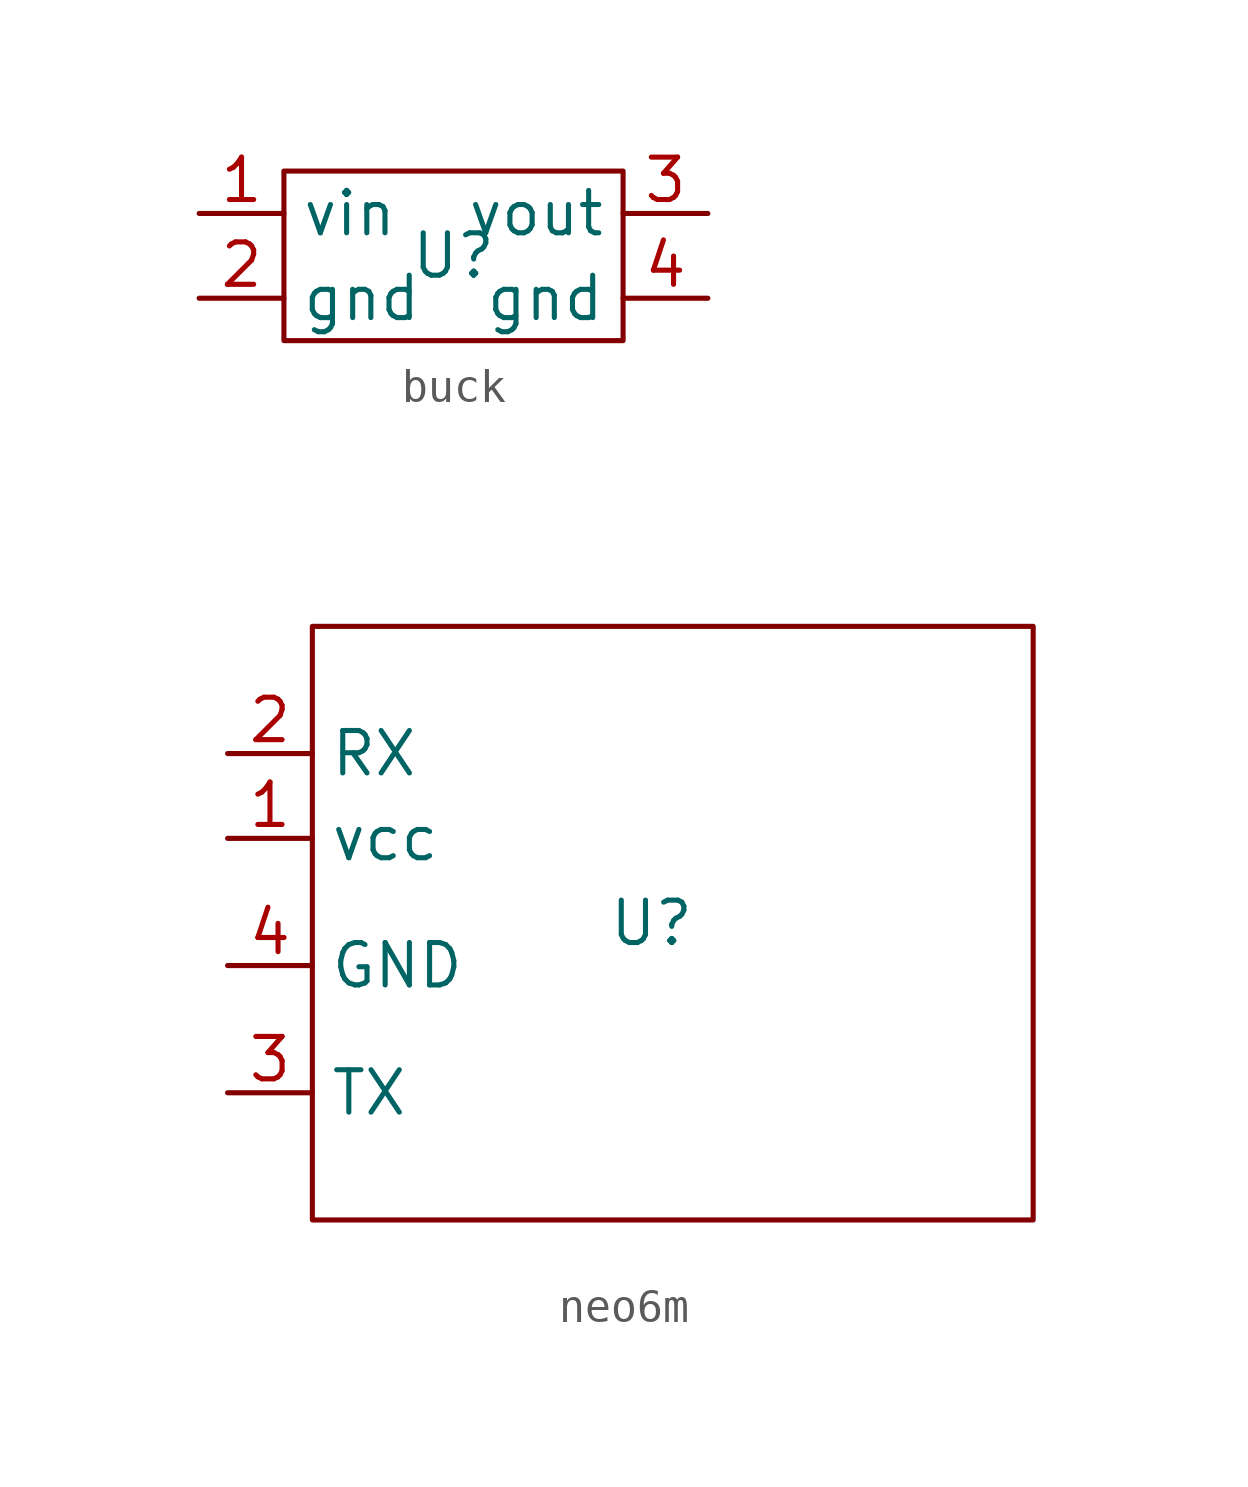
<source format=kicad_sym>
(kicad_symbol_lib
  (version 20231120)
  (generator "kicad_symbol_editor")
  (generator_version "8.0")
  (symbol "buck"
    (property "Reference" "U"
      (at 0 0 0)
      (effects (font (size 1.27 1.27))))
    (property "Value" ""
      (at 0 0 0)
      (effects (font (size 1.27 1.27))))
    (symbol "buck_0_1"
      (rectangle (start -5.08 2.54) (end 5.08 -2.54) (stroke (width 0) (type default)) (fill (type none))))
    (symbol "buck_1_1"
      (pin input line (at -7.62 1.27 0) (length 2.54) (name "vin" (effects (font (size 1.27 1.27)))) (number "1" (effects (font (size 1.27 1.27)))))
      (pin input line (at -7.62 -1.27 0) (length 2.54) (name "gnd" (effects (font (size 1.27 1.27)))) (number "2" (effects (font (size 1.27 1.27)))))
      (pin output line (at 7.62 1.27 180) (length 2.54) (name "vout" (effects (font (size 1.27 1.27)))) (number "3" (effects (font (size 1.27 1.27)))))
      (pin input line (at 7.62 -1.27 180) (length 2.54) (name "gnd" (effects (font (size 1.27 1.27)))) (number "4" (effects (font (size 1.27 1.27)))))))
  (symbol "neo6m"
    (property "Reference" "U"
      (at 0 0 0)
      (effects (font (size 1.27 1.27))))
    (property "Value" ""
      (at 0 0 0)
      (effects (font (size 1.27 1.27))))
    (symbol "neo6m_0_1"
      (rectangle (start -10.16 8.89) (end 11.43 -8.89) (stroke (width 0) (type default)) (fill (type none))))
    (symbol "neo6m_1_1"
      (pin input line (at -12.7 2.54 0) (length 2.54) (name "vcc" (effects (font (size 1.27 1.27)))) (number "1" (effects (font (size 1.27 1.27)))))
      (pin input line (at -12.7 5.08 0) (length 2.54) (name "RX" (effects (font (size 1.27 1.27)))) (number "2" (effects (font (size 1.27 1.27)))))
      (pin output line (at -12.7 -5.08 0) (length 2.54) (name "TX" (effects (font (size 1.27 1.27)))) (number "3" (effects (font (size 1.27 1.27)))))
      (pin input line (at -12.7 -1.27 0) (length 2.54) (name "GND" (effects (font (size 1.27 1.27)))) (number "4" (effects (font (size 1.27 1.27))))))))
</source>
